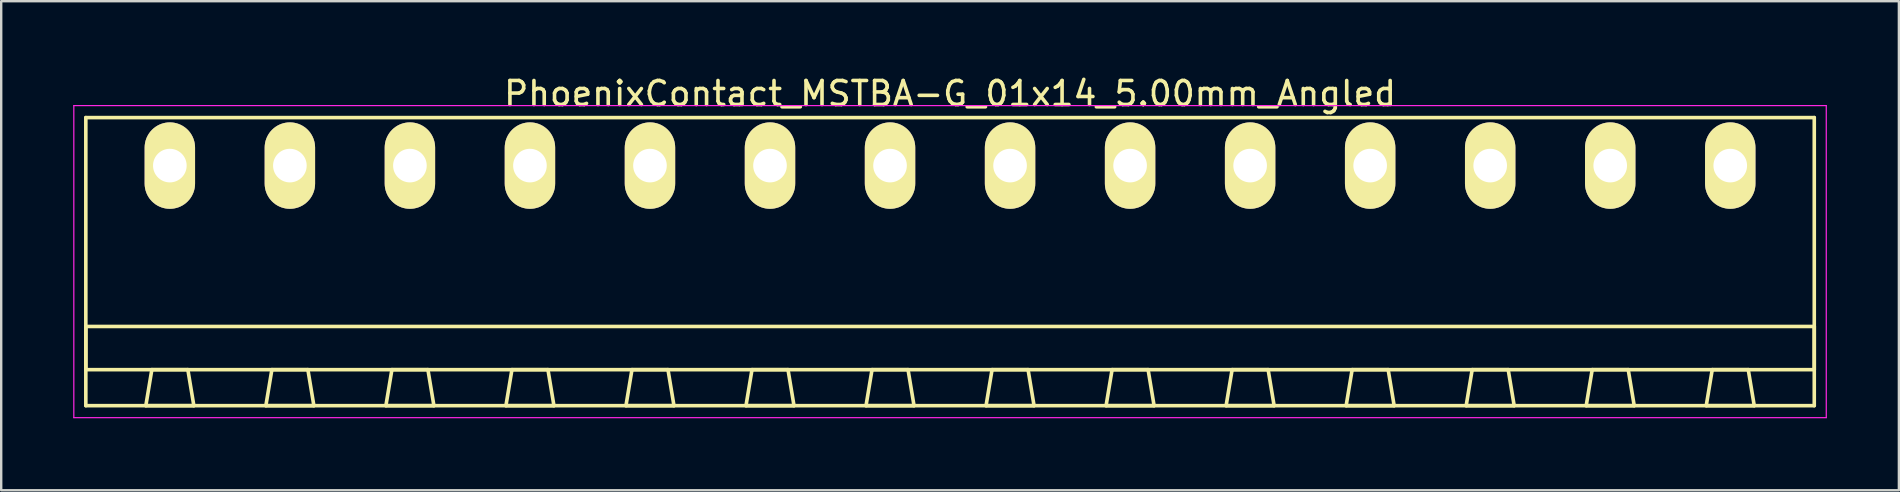
<source format=kicad_pcb>
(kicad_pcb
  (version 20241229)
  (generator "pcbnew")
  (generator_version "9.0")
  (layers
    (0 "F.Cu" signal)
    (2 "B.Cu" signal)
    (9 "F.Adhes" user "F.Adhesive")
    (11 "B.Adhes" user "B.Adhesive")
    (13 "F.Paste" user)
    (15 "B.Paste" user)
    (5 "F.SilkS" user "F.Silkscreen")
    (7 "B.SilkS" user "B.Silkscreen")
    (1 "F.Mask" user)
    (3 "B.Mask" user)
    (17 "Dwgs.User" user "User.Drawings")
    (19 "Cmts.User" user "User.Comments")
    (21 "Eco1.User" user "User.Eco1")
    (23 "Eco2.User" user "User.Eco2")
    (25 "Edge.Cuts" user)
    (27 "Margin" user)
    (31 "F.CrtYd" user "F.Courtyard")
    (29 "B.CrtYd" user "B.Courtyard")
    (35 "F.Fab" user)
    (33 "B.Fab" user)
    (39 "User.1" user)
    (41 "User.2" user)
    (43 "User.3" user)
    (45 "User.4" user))
  (footprint "PhoenixContact_MSTBA-G_01x14_5.00mm_Angled"
    (layer "F.Cu")
    (at 4.025 3.848)
    (property "Reference" "PhoenixContact_MSTBA-G_01x14_5.00mm_Angled" (at 32.5 -3 0) (layer "F.SilkS") (effects (font (size 1 1) (thickness 0.15))))
    (attr through_hole)
    (fp_line (start -3.5 -2) (end -3.5 10) (stroke (width 0.15) (type solid)) (layer "F.SilkS"))
    (fp_line (start -3.5 6.7) (end 68.5 6.7) (stroke (width 0.15) (type solid)) (layer "F.SilkS"))
    (fp_line (start -3.5 8.5) (end -3.5 6.7) (stroke (width 0.15) (type solid)) (layer "F.SilkS"))
    (fp_line (start -3.5 10) (end 68.5 10) (stroke (width 0.15) (type solid)) (layer "F.SilkS"))
    (fp_line (start -1 10) (end 1 10) (stroke (width 0.15) (type solid)) (layer "F.SilkS"))
    (fp_line (start -0.75 8.5) (end -1 10) (stroke (width 0.15) (type solid)) (layer "F.SilkS"))
    (fp_line (start 0.75 8.5) (end -0.75 8.5) (stroke (width 0.15) (type solid)) (layer "F.SilkS"))
    (fp_line (start 1 10) (end 0.75 8.5) (stroke (width 0.15) (type solid)) (layer "F.SilkS"))
    (fp_line (start 4 10) (end 6 10) (stroke (width 0.15) (type solid)) (layer "F.SilkS"))
    (fp_line (start 4.25 8.5) (end 4 10) (stroke (width 0.15) (type solid)) (layer "F.SilkS"))
    (fp_line (start 5.75 8.5) (end 4.25 8.5) (stroke (width 0.15) (type solid)) (layer "F.SilkS"))
    (fp_line (start 6 10) (end 5.75 8.5) (stroke (width 0.15) (type solid)) (layer "F.SilkS"))
    (fp_line (start 9 10) (end 11 10) (stroke (width 0.15) (type solid)) (layer "F.SilkS"))
    (fp_line (start 9.25 8.5) (end 9 10) (stroke (width 0.15) (type solid)) (layer "F.SilkS"))
    (fp_line (start 10.75 8.5) (end 9.25 8.5) (stroke (width 0.15) (type solid)) (layer "F.SilkS"))
    (fp_line (start 11 10) (end 10.75 8.5) (stroke (width 0.15) (type solid)) (layer "F.SilkS"))
    (fp_line (start 14 10) (end 16 10) (stroke (width 0.15) (type solid)) (layer "F.SilkS"))
    (fp_line (start 14.25 8.5) (end 14 10) (stroke (width 0.15) (type solid)) (layer "F.SilkS"))
    (fp_line (start 15.75 8.5) (end 14.25 8.5) (stroke (width 0.15) (type solid)) (layer "F.SilkS"))
    (fp_line (start 16 10) (end 15.75 8.5) (stroke (width 0.15) (type solid)) (layer "F.SilkS"))
    (fp_line (start 19 10) (end 21 10) (stroke (width 0.15) (type solid)) (layer "F.SilkS"))
    (fp_line (start 19.25 8.5) (end 19 10) (stroke (width 0.15) (type solid)) (layer "F.SilkS"))
    (fp_line (start 20.75 8.5) (end 19.25 8.5) (stroke (width 0.15) (type solid)) (layer "F.SilkS"))
    (fp_line (start 21 10) (end 20.75 8.5) (stroke (width 0.15) (type solid)) (layer "F.SilkS"))
    (fp_line (start 24 10) (end 26 10) (stroke (width 0.15) (type solid)) (layer "F.SilkS"))
    (fp_line (start 24.25 8.5) (end 24 10) (stroke (width 0.15) (type solid)) (layer "F.SilkS"))
    (fp_line (start 25.75 8.5) (end 24.25 8.5) (stroke (width 0.15) (type solid)) (layer "F.SilkS"))
    (fp_line (start 26 10) (end 25.75 8.5) (stroke (width 0.15) (type solid)) (layer "F.SilkS"))
    (fp_line (start 29 10) (end 31 10) (stroke (width 0.15) (type solid)) (layer "F.SilkS"))
    (fp_line (start 29.25 8.5) (end 29 10) (stroke (width 0.15) (type solid)) (layer "F.SilkS"))
    (fp_line (start 30.75 8.5) (end 29.25 8.5) (stroke (width 0.15) (type solid)) (layer "F.SilkS"))
    (fp_line (start 31 10) (end 30.75 8.5) (stroke (width 0.15) (type solid)) (layer "F.SilkS"))
    (fp_line (start 34 10) (end 36 10) (stroke (width 0.15) (type solid)) (layer "F.SilkS"))
    (fp_line (start 34.25 8.5) (end 34 10) (stroke (width 0.15) (type solid)) (layer "F.SilkS"))
    (fp_line (start 35.75 8.5) (end 34.25 8.5) (stroke (width 0.15) (type solid)) (layer "F.SilkS"))
    (fp_line (start 36 10) (end 35.75 8.5) (stroke (width 0.15) (type solid)) (layer "F.SilkS"))
    (fp_line (start 39 10) (end 41 10) (stroke (width 0.15) (type solid)) (layer "F.SilkS"))
    (fp_line (start 39.25 8.5) (end 39 10) (stroke (width 0.15) (type solid)) (layer "F.SilkS"))
    (fp_line (start 40.75 8.5) (end 39.25 8.5) (stroke (width 0.15) (type solid)) (layer "F.SilkS"))
    (fp_line (start 41 10) (end 40.75 8.5) (stroke (width 0.15) (type solid)) (layer "F.SilkS"))
    (fp_line (start 44 10) (end 46 10) (stroke (width 0.15) (type solid)) (layer "F.SilkS"))
    (fp_line (start 44.25 8.5) (end 44 10) (stroke (width 0.15) (type solid)) (layer "F.SilkS"))
    (fp_line (start 45.75 8.5) (end 44.25 8.5) (stroke (width 0.15) (type solid)) (layer "F.SilkS"))
    (fp_line (start 46 10) (end 45.75 8.5) (stroke (width 0.15) (type solid)) (layer "F.SilkS"))
    (fp_line (start 49 10) (end 51 10) (stroke (width 0.15) (type solid)) (layer "F.SilkS"))
    (fp_line (start 49.25 8.5) (end 49 10) (stroke (width 0.15) (type solid)) (layer "F.SilkS"))
    (fp_line (start 50.75 8.5) (end 49.25 8.5) (stroke (width 0.15) (type solid)) (layer "F.SilkS"))
    (fp_line (start 51 10) (end 50.75 8.5) (stroke (width 0.15) (type solid)) (layer "F.SilkS"))
    (fp_line (start 54 10) (end 56 10) (stroke (width 0.15) (type solid)) (layer "F.SilkS"))
    (fp_line (start 54.25 8.5) (end 54 10) (stroke (width 0.15) (type solid)) (layer "F.SilkS"))
    (fp_line (start 55.75 8.5) (end 54.25 8.5) (stroke (width 0.15) (type solid)) (layer "F.SilkS"))
    (fp_line (start 56 10) (end 55.75 8.5) (stroke (width 0.15) (type solid)) (layer "F.SilkS"))
    (fp_line (start 59 10) (end 61 10) (stroke (width 0.15) (type solid)) (layer "F.SilkS"))
    (fp_line (start 59.25 8.5) (end 59 10) (stroke (width 0.15) (type solid)) (layer "F.SilkS"))
    (fp_line (start 60.75 8.5) (end 59.25 8.5) (stroke (width 0.15) (type solid)) (layer "F.SilkS"))
    (fp_line (start 61 10) (end 60.75 8.5) (stroke (width 0.15) (type solid)) (layer "F.SilkS"))
    (fp_line (start 64 10) (end 66 10) (stroke (width 0.15) (type solid)) (layer "F.SilkS"))
    (fp_line (start 64.25 8.5) (end 64 10) (stroke (width 0.15) (type solid)) (layer "F.SilkS"))
    (fp_line (start 65.75 8.5) (end 64.25 8.5) (stroke (width 0.15) (type solid)) (layer "F.SilkS"))
    (fp_line (start 66 10) (end 65.75 8.5) (stroke (width 0.15) (type solid)) (layer "F.SilkS"))
    (fp_line (start 68.5 -2) (end -3.5 -2) (stroke (width 0.15) (type solid)) (layer "F.SilkS"))
    (fp_line (start 68.5 6.7) (end 68.5 8.5) (stroke (width 0.15) (type solid)) (layer "F.SilkS"))
    (fp_line (start 68.5 8.5) (end -3.5 8.5) (stroke (width 0.15) (type solid)) (layer "F.SilkS"))
    (fp_line (start 68.5 10) (end 68.5 -2) (stroke (width 0.15) (type solid)) (layer "F.SilkS"))
    (fp_line (start -4 -2.5) (end -4 10.5) (stroke (width 0.05) (type solid)) (layer "F.CrtYd"))
    (fp_line (start -4 10.5) (end 69 10.5) (stroke (width 0.05) (type solid)) (layer "F.CrtYd"))
    (fp_line (start 69 -2.5) (end -4 -2.5) (stroke (width 0.05) (type solid)) (layer "F.CrtYd"))
    (fp_line (start 69 10.5) (end 69 -2.5) (stroke (width 0.05) (type solid)) (layer "F.CrtYd"))
    (pad "1" thru_hole oval (at 0 0) (size 2.1 3.6) (drill 1.4) (layers "*.Cu" "*.Mask" "F.SilkS"))
    (pad "2" thru_hole oval (at 5 0) (size 2.1 3.6) (drill 1.4) (layers "*.Cu" "*.Mask" "F.SilkS"))
    (pad "3" thru_hole oval (at 10 0) (size 2.1 3.6) (drill 1.4) (layers "*.Cu" "*.Mask" "F.SilkS"))
    (pad "4" thru_hole oval (at 15 0) (size 2.1 3.6) (drill 1.4) (layers "*.Cu" "*.Mask" "F.SilkS"))
    (pad "5" thru_hole oval (at 20 0) (size 2.1 3.6) (drill 1.4) (layers "*.Cu" "*.Mask" "F.SilkS"))
    (pad "6" thru_hole oval (at 25 0) (size 2.1 3.6) (drill 1.4) (layers "*.Cu" "*.Mask" "F.SilkS"))
    (pad "7" thru_hole oval (at 30 0) (size 2.1 3.6) (drill 1.4) (layers "*.Cu" "*.Mask" "F.SilkS"))
    (pad "8" thru_hole oval (at 35 0) (size 2.1 3.6) (drill 1.4) (layers "*.Cu" "*.Mask" "F.SilkS"))
    (pad "9" thru_hole oval (at 40 0) (size 2.1 3.6) (drill 1.4) (layers "*.Cu" "*.Mask" "F.SilkS"))
    (pad "10" thru_hole oval (at 45 0) (size 2.1 3.6) (drill 1.4) (layers "*.Cu" "*.Mask" "F.SilkS"))
    (pad "11" thru_hole oval (at 50 0) (size 2.1 3.6) (drill 1.4) (layers "*.Cu" "*.Mask" "F.SilkS"))
    (pad "12" thru_hole oval (at 55 0) (size 2.1 3.6) (drill 1.4) (layers "*.Cu" "*.Mask" "F.SilkS"))
    (pad "13" thru_hole oval (at 60 0) (size 2.1 3.6) (drill 1.4) (layers "*.Cu" "*.Mask" "F.SilkS"))
    (pad "14" thru_hole oval (at 65 0) (size 2.1 3.6) (drill 1.4) (layers "*.Cu" "*.Mask" "F.SilkS")))
  (gr_rect
    (start -3 -3)
    (end 76.05 17.373)
    (stroke (width 0.1) (type default))
    (fill no)
    (layer "Edge.Cuts")))
</source>
